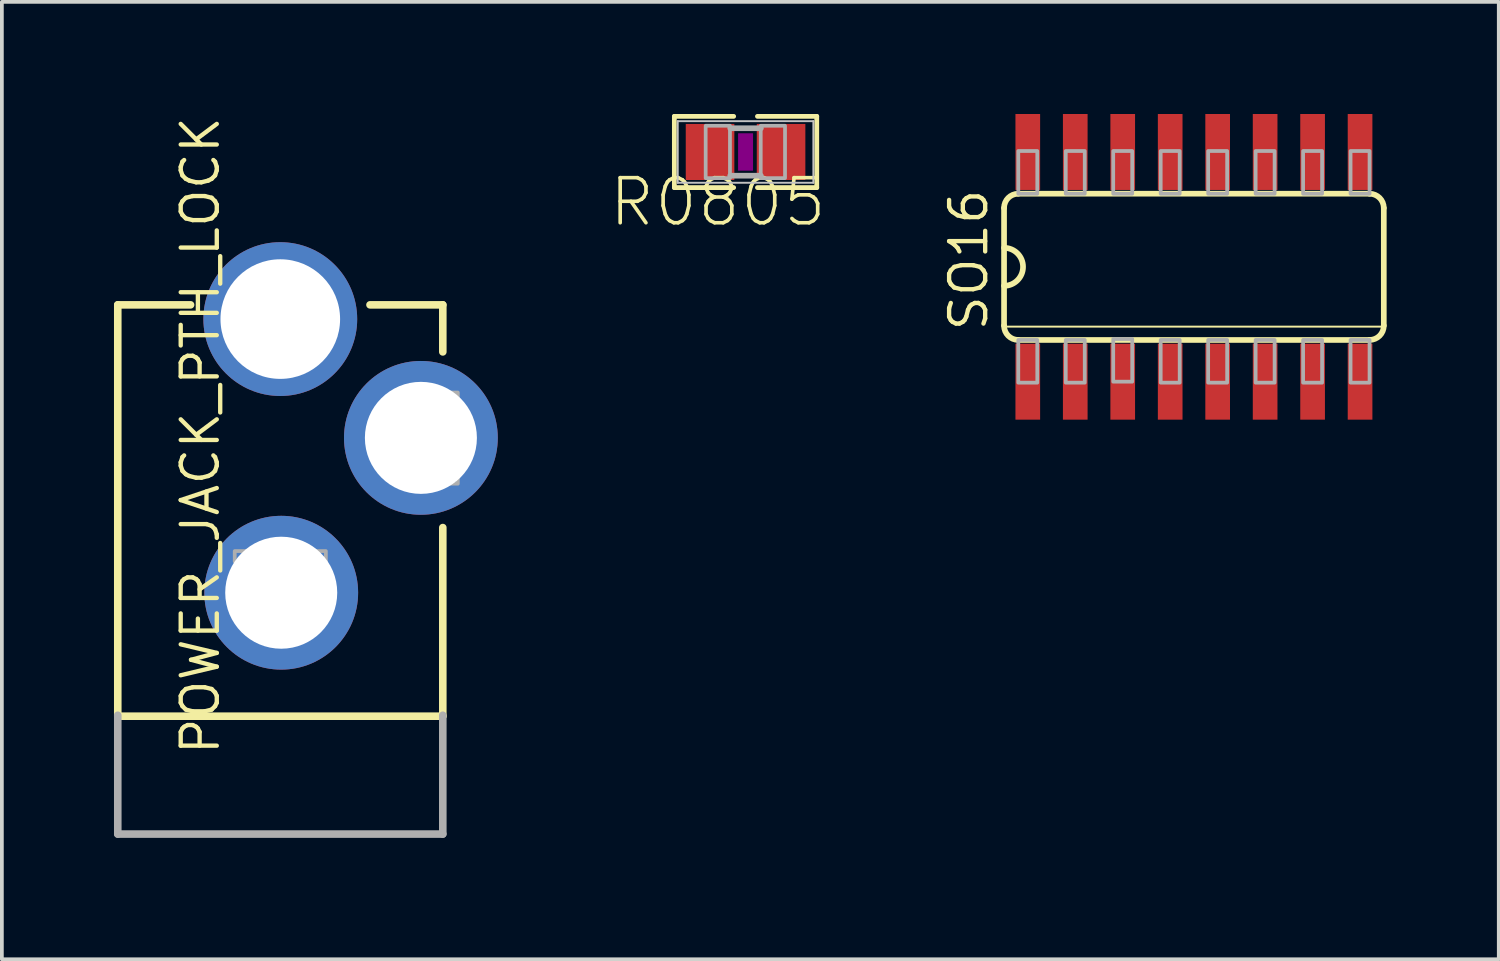
<source format=kicad_pcb>
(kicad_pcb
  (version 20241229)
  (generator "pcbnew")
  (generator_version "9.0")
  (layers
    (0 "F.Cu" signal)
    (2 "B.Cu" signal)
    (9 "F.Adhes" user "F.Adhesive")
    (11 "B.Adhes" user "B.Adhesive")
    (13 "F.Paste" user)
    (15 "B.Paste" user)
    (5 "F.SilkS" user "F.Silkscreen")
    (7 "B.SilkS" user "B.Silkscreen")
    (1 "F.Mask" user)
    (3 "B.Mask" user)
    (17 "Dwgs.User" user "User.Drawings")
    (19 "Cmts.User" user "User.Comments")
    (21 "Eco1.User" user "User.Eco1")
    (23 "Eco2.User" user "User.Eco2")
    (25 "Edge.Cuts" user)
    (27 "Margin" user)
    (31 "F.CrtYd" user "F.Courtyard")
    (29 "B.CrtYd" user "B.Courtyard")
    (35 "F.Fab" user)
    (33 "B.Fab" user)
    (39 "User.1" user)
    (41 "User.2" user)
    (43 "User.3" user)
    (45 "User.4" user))
  (footprint "R0805"
    (layer "F.Cu")
    (at 16.897 1.016)
    (property "Reference" "R0805" (at 2.223 0.635 180) (layer "F.SilkS") (effects (font (size 1.206 1.206) (thickness 0.097)) (justify right top)))
    (attr through_hole)
    (fp_line (start -1.905 -0.953) (end -1.905 0.953) (stroke (width 0.127) (type solid)) (layer "F.SilkS"))
    (fp_line (start -1.905 0.953) (end -0.318 0.953) (stroke (width 0.127) (type solid)) (layer "F.SilkS"))
    (fp_line (start -0.318 -0.953) (end -1.905 -0.953) (stroke (width 0.127) (type solid)) (layer "F.SilkS"))
    (fp_line (start 0.318 0.953) (end 1.905 0.953) (stroke (width 0.127) (type solid)) (layer "F.SilkS"))
    (fp_line (start 1.905 -0.953) (end 0.318 -0.953) (stroke (width 0.127) (type solid)) (layer "F.SilkS"))
    (fp_line (start 1.905 0.953) (end 1.905 -0.953) (stroke (width 0.127) (type solid)) (layer "F.SilkS"))
    (fp_poly (pts (xy -0.2 0.5) (xy 0.2 0.5) (xy 0.2 -0.5) (xy -0.2 -0.5)) (stroke (width 0) (type solid)) (fill yes) (layer "F.Adhes"))
    (fp_line (start -1.814 -0.824) (end 1.814 -0.824) (stroke (width 0.051) (type solid)) (layer "Dwgs.User"))
    (fp_line (start -1.814 0.824) (end -1.814 -0.824) (stroke (width 0.051) (type solid)) (layer "Dwgs.User"))
    (fp_line (start 1.814 -0.824) (end 1.814 0.824) (stroke (width 0.051) (type solid)) (layer "Dwgs.User"))
    (fp_line (start 1.814 0.824) (end -1.814 0.824) (stroke (width 0.051) (type solid)) (layer "Dwgs.User"))
    (fp_line (start -0.41 -0.635) (end 0.41 -0.635) (stroke (width 0.152) (type solid)) (layer "F.Fab"))
    (fp_line (start -0.41 0.635) (end 0.41 0.635) (stroke (width 0.152) (type solid)) (layer "F.Fab"))
    (fp_poly (pts (xy -1.067 0.699) (xy -0.417 0.699) (xy -0.417 -0.702) (xy -1.067 -0.702)) (stroke (width 0.1) (type solid)) (fill no) (layer "F.Fab"))
    (fp_poly (pts (xy 0.406 0.699) (xy 1.056 0.699) (xy 1.056 -0.702) (xy 0.406 -0.702)) (stroke (width 0.1) (type solid)) (fill no) (layer "F.Fab"))
    (pad "1" smd rect (at -0.95 0) (size 1.3 1.5) (layers "F.Cu" "F.Mask" "F.Paste"))
    (pad "2" smd rect (at 0.95 0) (size 1.3 1.5) (layers "F.Cu" "F.Mask" "F.Paste")))
  (footprint "POWER_JACK_PTH_LOCK"
    (layer "F.Cu")
    (at 4.449 19.365)
    (property "Reference" "POWER_JACK_PTH_LOCK" (at -1.575 -2.159 270) (layer "F.SilkS") (effects (font (size 0.965 0.965) (thickness 0.116)) (justify left bottom)))
    (attr through_hole)
    (fp_line (start -4.348 -14.259) (end -2.4 -14.259) (stroke (width 0.203) (type solid)) (layer "F.SilkS"))
    (fp_line (start -4.348 -3.254) (end -4.348 -14.259) (stroke (width 0.203) (type solid)) (layer "F.SilkS"))
    (fp_line (start -4.348 -3.254) (end 4.348 -3.254) (stroke (width 0.203) (type solid)) (layer "F.SilkS"))
    (fp_line (start 4.348 -14.259) (end 2.4 -14.259) (stroke (width 0.203) (type solid)) (layer "F.SilkS"))
    (fp_line (start 4.348 -14.259) (end 4.348 -13) (stroke (width 0.203) (type solid)) (layer "F.SilkS"))
    (fp_line (start 4.348 -3.254) (end 4.348 -8.3) (stroke (width 0.203) (type solid)) (layer "F.SilkS"))
    (fp_line (start -4.348 -3.279) (end -4.348 -0.1) (stroke (width 0.203) (type solid)) (layer "F.Fab"))
    (fp_line (start 4.348 -0.1) (end -4.348 -0.1) (stroke (width 0.203) (type solid)) (layer "F.Fab"))
    (fp_line (start 4.348 -0.1) (end 4.348 -3.279) (stroke (width 0.203) (type solid)) (layer "F.Fab"))
    (fp_poly (pts (xy 1.219 -7.391) (xy 1.219 -7.671) (xy -1.219 -7.671) (xy -1.219 -7.391)) (stroke (width 0.1) (type solid)) (fill no) (layer "F.Fab"))
    (fp_poly (pts (xy 1.473 -13.411) (xy 1.473 -13.868) (xy -1.448 -13.868) (xy -1.448 -13.411)) (stroke (width 0.1) (type solid)) (fill no) (layer "F.Fab"))
    (fp_poly (pts (xy 4.75 -11.913) (xy 4.47 -11.913) (xy 4.47 -9.474) (xy 4.75 -9.474)) (stroke (width 0.1) (type solid)) (fill no) (layer "F.Fab"))
    (pad "GND" thru_hole circle (at 0.025 -6.557) (size 4.115 4.115) (drill 2.997) (layers "*.Cu" "*.Mask"))
    (pad "GNDBREAK" thru_hole circle (at 3.762 -10.7 90) (size 4.115 4.115) (drill 2.997) (layers "*.Cu" "*.Mask"))
    (pad "PWR" thru_hole circle (at 0 -13.878) (size 4.115 4.115) (drill 3.2) (layers "*.Cu" "*.Mask")))
  (footprint "SO16"
    (layer "F.Cu")
    (at 28.893 4.089)
    (property "Reference" "SO16" (at -5.461 1.778 270) (layer "F.SilkS") (effects (font (size 0.965 0.965) (thickness 0.116)) (justify left bottom)))
    (attr through_hole)
    (fp_line (start -5.08 -1.575) (end -5.08 1.575) (stroke (width 0.152) (type solid)) (layer "F.SilkS"))
    (fp_line (start -5.08 1.6) (end 5.08 1.6) (stroke (width 0.051) (type solid)) (layer "F.SilkS"))
    (fp_line (start -4.699 1.956) (end 4.699 1.956) (stroke (width 0.152) (type solid)) (layer "F.SilkS"))
    (fp_line (start 4.699 -1.956) (end -4.699 -1.956) (stroke (width 0.152) (type solid)) (layer "F.SilkS"))
    (fp_line (start 5.08 1.575) (end 5.08 -1.575) (stroke (width 0.152) (type solid)) (layer "F.SilkS"))
    (fp_arc (start -5.08 -1.5748) (mid -4.968408 -1.844208) (end -4.699 -1.9558) (stroke (width 0.1524) (type solid)) (layer "F.SilkS"))
    (fp_arc (start -5.08 -0.508) (mid -4.572 0) (end -5.08 0.508) (stroke (width 0.1524) (type solid)) (layer "F.SilkS"))
    (fp_arc (start -4.699 1.9558) (mid -4.968408 1.844208) (end -5.08 1.5748) (stroke (width 0.1524) (type solid)) (layer "F.SilkS"))
    (fp_arc (start 4.699 -1.9558) (mid 4.968408 -1.844208) (end 5.08 -1.5748) (stroke (width 0.1524) (type solid)) (layer "F.SilkS"))
    (fp_arc (start 5.08 1.5748) (mid 4.968408 1.844208) (end 4.699 1.9558) (stroke (width 0.1524) (type solid)) (layer "F.SilkS"))
    (fp_poly (pts (xy -4.699 -1.956) (xy -4.191 -1.956) (xy -4.191 -3.099) (xy -4.699 -3.099)) (stroke (width 0.1) (type solid)) (fill no) (layer "F.Fab"))
    (fp_poly (pts (xy -4.699 3.099) (xy -4.191 3.099) (xy -4.191 1.956) (xy -4.699 1.956)) (stroke (width 0.1) (type solid)) (fill no) (layer "F.Fab"))
    (fp_poly (pts (xy -3.429 -1.956) (xy -2.921 -1.956) (xy -2.921 -3.099) (xy -3.429 -3.099)) (stroke (width 0.1) (type solid)) (fill no) (layer "F.Fab"))
    (fp_poly (pts (xy -3.429 3.099) (xy -2.921 3.099) (xy -2.921 1.956) (xy -3.429 1.956)) (stroke (width 0.1) (type solid)) (fill no) (layer "F.Fab"))
    (fp_poly (pts (xy -2.159 -1.956) (xy -1.651 -1.956) (xy -1.651 -3.099) (xy -2.159 -3.099)) (stroke (width 0.1) (type solid)) (fill no) (layer "F.Fab"))
    (fp_poly (pts (xy -2.159 3.073) (xy -1.651 3.073) (xy -1.651 1.93) (xy -2.159 1.93)) (stroke (width 0.1) (type solid)) (fill no) (layer "F.Fab"))
    (fp_poly (pts (xy -0.889 -1.956) (xy -0.381 -1.956) (xy -0.381 -3.099) (xy -0.889 -3.099)) (stroke (width 0.1) (type solid)) (fill no) (layer "F.Fab"))
    (fp_poly (pts (xy -0.889 3.099) (xy -0.381 3.099) (xy -0.381 1.956) (xy -0.889 1.956)) (stroke (width 0.1) (type solid)) (fill no) (layer "F.Fab"))
    (fp_poly (pts (xy 0.381 -1.956) (xy 0.889 -1.956) (xy 0.889 -3.099) (xy 0.381 -3.099)) (stroke (width 0.1) (type solid)) (fill no) (layer "F.Fab"))
    (fp_poly (pts (xy 0.381 3.099) (xy 0.889 3.099) (xy 0.889 1.956) (xy 0.381 1.956)) (stroke (width 0.1) (type solid)) (fill no) (layer "F.Fab"))
    (fp_poly (pts (xy 1.651 -1.956) (xy 2.159 -1.956) (xy 2.159 -3.099) (xy 1.651 -3.099)) (stroke (width 0.1) (type solid)) (fill no) (layer "F.Fab"))
    (fp_poly (pts (xy 1.651 3.099) (xy 2.159 3.099) (xy 2.159 1.956) (xy 1.651 1.956)) (stroke (width 0.1) (type solid)) (fill no) (layer "F.Fab"))
    (fp_poly (pts (xy 2.921 -1.956) (xy 3.429 -1.956) (xy 3.429 -3.099) (xy 2.921 -3.099)) (stroke (width 0.1) (type solid)) (fill no) (layer "F.Fab"))
    (fp_poly (pts (xy 2.921 3.099) (xy 3.429 3.099) (xy 3.429 1.956) (xy 2.921 1.956)) (stroke (width 0.1) (type solid)) (fill no) (layer "F.Fab"))
    (fp_poly (pts (xy 4.191 -1.956) (xy 4.699 -1.956) (xy 4.699 -3.099) (xy 4.191 -3.099)) (stroke (width 0.1) (type solid)) (fill no) (layer "F.Fab"))
    (fp_poly (pts (xy 4.191 3.099) (xy 4.699 3.099) (xy 4.699 1.956) (xy 4.191 1.956)) (stroke (width 0.1) (type solid)) (fill no) (layer "F.Fab"))
    (pad "1" smd rect (at -4.445 3.073) (size 0.66 2.032) (layers "F.Cu" "F.Mask" "F.Paste"))
    (pad "2" smd rect (at -3.175 3.073) (size 0.66 2.032) (layers "F.Cu" "F.Mask" "F.Paste"))
    (pad "3" smd rect (at -1.905 3.073) (size 0.66 2.032) (layers "F.Cu" "F.Mask" "F.Paste"))
    (pad "4" smd rect (at -0.635 3.073) (size 0.66 2.032) (layers "F.Cu" "F.Mask" "F.Paste"))
    (pad "5" smd rect (at 0.635 3.073) (size 0.66 2.032) (layers "F.Cu" "F.Mask" "F.Paste"))
    (pad "6" smd rect (at 1.905 3.073) (size 0.66 2.032) (layers "F.Cu" "F.Mask" "F.Paste"))
    (pad "7" smd rect (at 3.175 3.073) (size 0.66 2.032) (layers "F.Cu" "F.Mask" "F.Paste"))
    (pad "8" smd rect (at 4.445 3.073) (size 0.66 2.032) (layers "F.Cu" "F.Mask" "F.Paste"))
    (pad "9" smd rect (at 4.445 -3.073) (size 0.66 2.032) (layers "F.Cu" "F.Mask" "F.Paste"))
    (pad "10" smd rect (at 3.175 -3.073) (size 0.66 2.032) (layers "F.Cu" "F.Mask" "F.Paste"))
    (pad "11" smd rect (at 1.905 -3.073) (size 0.66 2.032) (layers "F.Cu" "F.Mask" "F.Paste"))
    (pad "12" smd rect (at 0.635 -3.073) (size 0.66 2.032) (layers "F.Cu" "F.Mask" "F.Paste"))
    (pad "13" smd rect (at -0.635 -3.073) (size 0.66 2.032) (layers "F.Cu" "F.Mask" "F.Paste"))
    (pad "14" smd rect (at -1.905 -3.073) (size 0.66 2.032) (layers "F.Cu" "F.Mask" "F.Paste"))
    (pad "15" smd rect (at -3.175 -3.073) (size 0.66 2.032) (layers "F.Cu" "F.Mask" "F.Paste"))
    (pad "16" smd rect (at -4.445 -3.073) (size 0.66 2.032) (layers "F.Cu" "F.Mask" "F.Paste")))
  (gr_rect
    (start -3 -3)
    (end 37.049 22.615)
    (stroke (width 0.1) (type default))
    (fill no)
    (layer "Edge.Cuts")))
</source>
